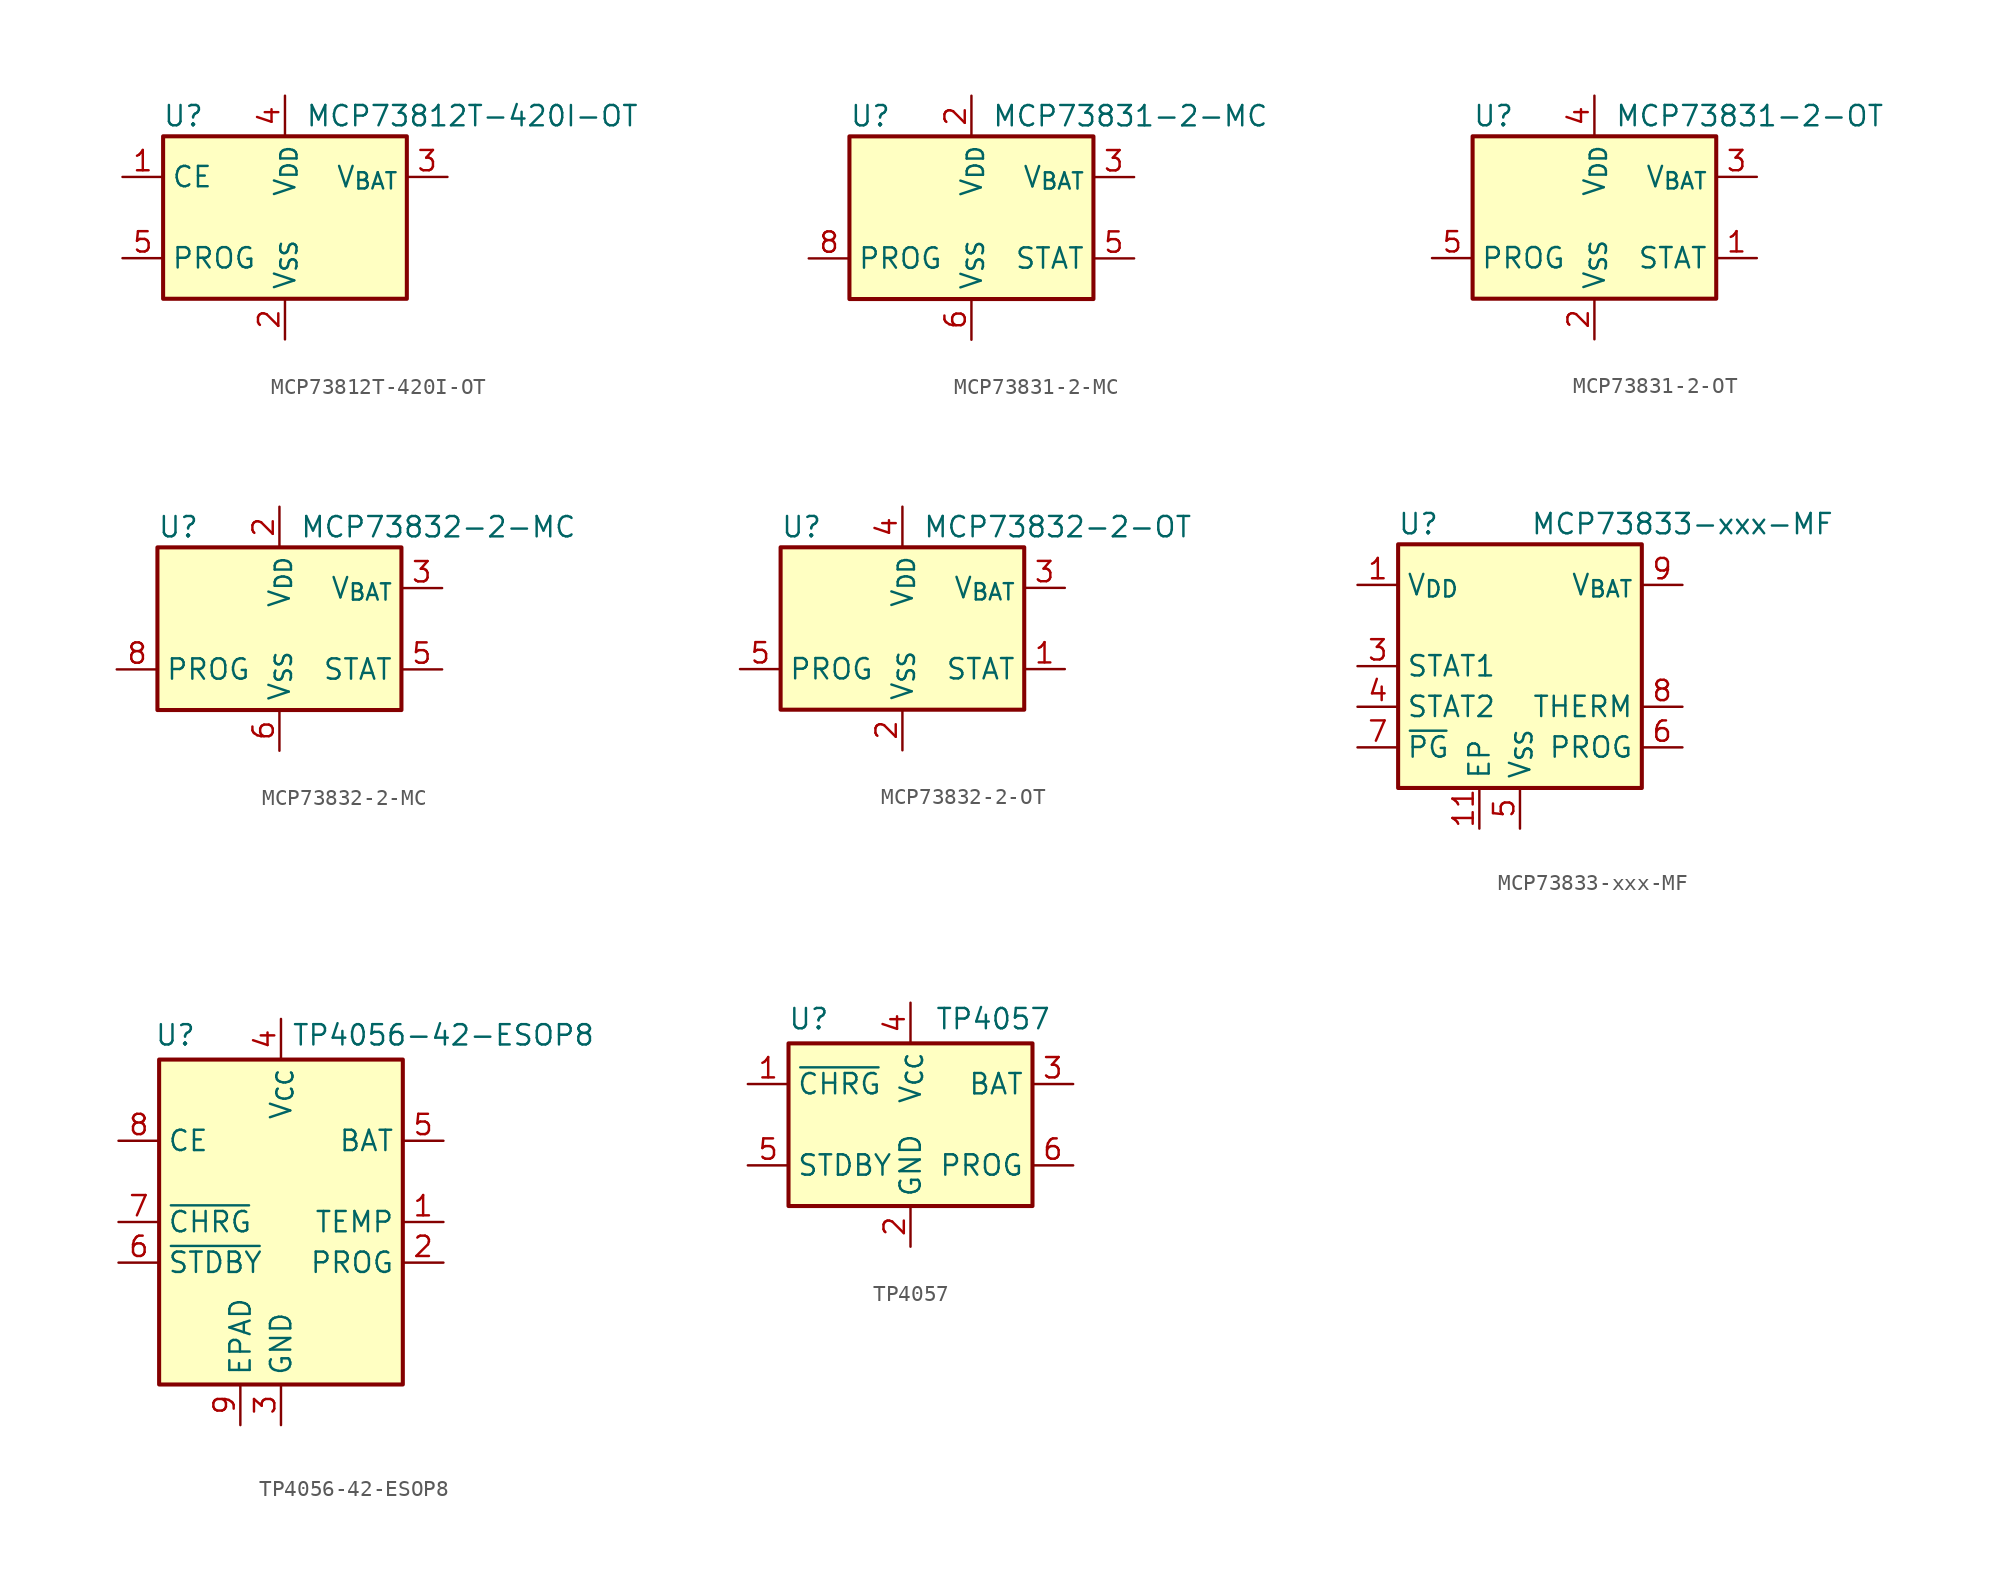
<source format=kicad_sym>
(kicad_symbol_lib
  (version 20241209)
  (generator "kicad_symbol_editor")
  (generator_version "9.0")
  (symbol "MCP73812T-420I-OT"
    (property "Reference" "U"
      (at -6.35 6.35 0)
      (effects (font (size 1.27 1.27))))
    (property "Value" "MCP73812T-420I-OT"
      (at 1.27 6.35 0)
      (effects (font (size 1.27 1.27)) (justify left)))
    (symbol "MCP73812T-420I-OT_0_1"
      (rectangle (start -7.62 5.08) (end 7.62 -5.08) (stroke (width 0.254) (type default)) (fill (type background))))
    (symbol "MCP73812T-420I-OT_1_1"
      (pin input line (at -10.16 2.54 0) (length 2.54) (name "CE" (effects (font (size 1.27 1.27)))) (number "1" (effects (font (size 1.27 1.27)))))
      (pin input line (at -10.16 -2.54 0) (length 2.54) (name "PROG" (effects (font (size 1.27 1.27)))) (number "5" (effects (font (size 1.27 1.27)))))
      (pin power_in line (at 0 7.62 270) (length 2.54) (name "V_{DD}" (effects (font (size 1.27 1.27)))) (number "4" (effects (font (size 1.27 1.27)))))
      (pin power_in line (at 0 -7.62 90) (length 2.54) (name "V_{SS}" (effects (font (size 1.27 1.27)))) (number "2" (effects (font (size 1.27 1.27)))))
      (pin power_out line (at 10.16 2.54 180) (length 2.54) (name "V_{BAT}" (effects (font (size 1.27 1.27)))) (number "3" (effects (font (size 1.27 1.27)))))))
  (symbol "MCP73831-2-MC"
    (property "Reference" "U"
      (at -7.62 6.35 0)
      (effects (font (size 1.27 1.27)) (justify left)))
    (property "Value" "MCP73831-2-MC"
      (at 1.27 6.35 0)
      (effects (font (size 1.27 1.27)) (justify left)))
    (symbol "MCP73831-2-MC_0_1"
      (rectangle (start -7.62 5.08) (end 7.62 -5.08) (stroke (width 0.254) (type default)) (fill (type background))))
    (symbol "MCP73831-2-MC_1_1"
      (pin input line (at -10.16 -2.54 0) (length 2.54) (name "PROG" (effects (font (size 1.27 1.27)))) (number "8" (effects (font (size 1.27 1.27)))))
      (pin no_connect line (at -7.62 2.54 0) (length 2.54) (hide yes) (name "NC" (effects (font (size 1.27 1.27)))) (number "7" (effects (font (size 1.27 1.27)))))
      (pin passive line (at 0 7.62 270) (length 2.54) (hide yes) (name "V_{DD}" (effects (font (size 1.27 1.27)))) (number "1" (effects (font (size 1.27 1.27)))))
      (pin power_in line (at 0 7.62 270) (length 2.54) (name "V_{DD}" (effects (font (size 1.27 1.27)))) (number "2" (effects (font (size 1.27 1.27)))))
      (pin power_in line (at 0 -7.62 90) (length 2.54) (name "V_{SS}" (effects (font (size 1.27 1.27)))) (number "6" (effects (font (size 1.27 1.27)))))
      (pin power_out line (at 10.16 2.54 180) (length 2.54) (name "V_{BAT}" (effects (font (size 1.27 1.27)))) (number "3" (effects (font (size 1.27 1.27)))))
      (pin passive line (at 10.16 2.54 180) (length 2.54) (hide yes) (name "V_{BAT}" (effects (font (size 1.27 1.27)))) (number "4" (effects (font (size 1.27 1.27)))))
      (pin tri_state line (at 10.16 -2.54 180) (length 2.54) (name "STAT" (effects (font (size 1.27 1.27)))) (number "5" (effects (font (size 1.27 1.27)))))))
  (symbol "MCP73831-2-OT"
    (property "Reference" "U"
      (at -7.62 6.35 0)
      (effects (font (size 1.27 1.27)) (justify left)))
    (property "Value" "MCP73831-2-OT"
      (at 1.27 6.35 0)
      (effects (font (size 1.27 1.27)) (justify left)))
    (symbol "MCP73831-2-OT_0_1"
      (rectangle (start -7.62 5.08) (end 7.62 -5.08) (stroke (width 0.254) (type default)) (fill (type background))))
    (symbol "MCP73831-2-OT_1_1"
      (pin input line (at -10.16 -2.54 0) (length 2.54) (name "PROG" (effects (font (size 1.27 1.27)))) (number "5" (effects (font (size 1.27 1.27)))))
      (pin power_in line (at 0 7.62 270) (length 2.54) (name "V_{DD}" (effects (font (size 1.27 1.27)))) (number "4" (effects (font (size 1.27 1.27)))))
      (pin power_in line (at 0 -7.62 90) (length 2.54) (name "V_{SS}" (effects (font (size 1.27 1.27)))) (number "2" (effects (font (size 1.27 1.27)))))
      (pin power_out line (at 10.16 2.54 180) (length 2.54) (name "V_{BAT}" (effects (font (size 1.27 1.27)))) (number "3" (effects (font (size 1.27 1.27)))))
      (pin tri_state line (at 10.16 -2.54 180) (length 2.54) (name "STAT" (effects (font (size 1.27 1.27)))) (number "1" (effects (font (size 1.27 1.27)))))))
  (symbol "MCP73832-2-MC"
    (property "Reference" "U"
      (at -7.62 6.35 0)
      (effects (font (size 1.27 1.27)) (justify left)))
    (property "Value" "MCP73832-2-MC"
      (at 1.27 6.35 0)
      (effects (font (size 1.27 1.27)) (justify left)))
    (symbol "MCP73832-2-MC_0_1"
      (rectangle (start -7.62 5.08) (end 7.62 -5.08) (stroke (width 0.254) (type default)) (fill (type background))))
    (symbol "MCP73832-2-MC_1_1"
      (pin input line (at -10.16 -2.54 0) (length 2.54) (name "PROG" (effects (font (size 1.27 1.27)))) (number "8" (effects (font (size 1.27 1.27)))))
      (pin no_connect line (at -7.62 2.54 0) (length 2.54) (hide yes) (name "NC" (effects (font (size 1.27 1.27)))) (number "7" (effects (font (size 1.27 1.27)))))
      (pin passive line (at 0 7.62 270) (length 2.54) (hide yes) (name "V_{DD}" (effects (font (size 1.27 1.27)))) (number "1" (effects (font (size 1.27 1.27)))))
      (pin power_in line (at 0 7.62 270) (length 2.54) (name "V_{DD}" (effects (font (size 1.27 1.27)))) (number "2" (effects (font (size 1.27 1.27)))))
      (pin power_in line (at 0 -7.62 90) (length 2.54) (name "V_{SS}" (effects (font (size 1.27 1.27)))) (number "6" (effects (font (size 1.27 1.27)))))
      (pin power_out line (at 10.16 2.54 180) (length 2.54) (name "V_{BAT}" (effects (font (size 1.27 1.27)))) (number "3" (effects (font (size 1.27 1.27)))))
      (pin passive line (at 10.16 2.54 180) (length 2.54) (hide yes) (name "V_{BAT}" (effects (font (size 1.27 1.27)))) (number "4" (effects (font (size 1.27 1.27)))))
      (pin open_collector line (at 10.16 -2.54 180) (length 2.54) (name "STAT" (effects (font (size 1.27 1.27)))) (number "5" (effects (font (size 1.27 1.27)))))))
  (symbol "MCP73832-2-OT"
    (property "Reference" "U"
      (at -7.62 6.35 0)
      (effects (font (size 1.27 1.27)) (justify left)))
    (property "Value" "MCP73832-2-OT"
      (at 1.27 6.35 0)
      (effects (font (size 1.27 1.27)) (justify left)))
    (symbol "MCP73832-2-OT_0_1"
      (rectangle (start -7.62 5.08) (end 7.62 -5.08) (stroke (width 0.254) (type default)) (fill (type background))))
    (symbol "MCP73832-2-OT_1_1"
      (pin input line (at -10.16 -2.54 0) (length 2.54) (name "PROG" (effects (font (size 1.27 1.27)))) (number "5" (effects (font (size 1.27 1.27)))))
      (pin power_in line (at 0 7.62 270) (length 2.54) (name "V_{DD}" (effects (font (size 1.27 1.27)))) (number "4" (effects (font (size 1.27 1.27)))))
      (pin power_in line (at 0 -7.62 90) (length 2.54) (name "V_{SS}" (effects (font (size 1.27 1.27)))) (number "2" (effects (font (size 1.27 1.27)))))
      (pin power_out line (at 10.16 2.54 180) (length 2.54) (name "V_{BAT}" (effects (font (size 1.27 1.27)))) (number "3" (effects (font (size 1.27 1.27)))))
      (pin open_collector line (at 10.16 -2.54 180) (length 2.54) (name "STAT" (effects (font (size 1.27 1.27)))) (number "1" (effects (font (size 1.27 1.27)))))))
  (symbol "MCP73833-xxx-MF"
    (property "Reference" "U"
      (at -6.35 8.89 0)
      (effects (font (size 1.27 1.27))))
    (property "Value" "MCP73833-xxx-MF"
      (at 10.16 8.89 0)
      (effects (font (size 1.27 1.27))))
    (symbol "MCP73833-xxx-MF_1_1"
      (rectangle (start -7.62 7.62) (end 7.62 -7.62) (stroke (width 0.254) (type default)) (fill (type background)))
      (pin power_in line (at -10.16 5.08 0) (length 2.54) (name "V_{DD}" (effects (font (size 1.27 1.27)))) (number "1" (effects (font (size 1.27 1.27)))))
      (pin passive line (at -10.16 5.08 0) (length 2.54) (hide yes) (name "V_{DD}" (effects (font (size 1.27 1.27)))) (number "2" (effects (font (size 1.27 1.27)))))
      (pin open_collector line (at -10.16 0 0) (length 2.54) (name "STAT1" (effects (font (size 1.27 1.27)))) (number "3" (effects (font (size 1.27 1.27)))))
      (pin open_collector line (at -10.16 -2.54 0) (length 2.54) (name "STAT2" (effects (font (size 1.27 1.27)))) (number "4" (effects (font (size 1.27 1.27)))))
      (pin open_collector line (at -10.16 -5.08 0) (length 2.54) (name "~{PG}" (effects (font (size 1.27 1.27)))) (number "7" (effects (font (size 1.27 1.27)))))
      (pin power_in line (at -2.54 -10.16 90) (length 2.54) (name "EP" (effects (font (size 1.27 1.27)))) (number "11" (effects (font (size 1.27 1.27)))))
      (pin power_in line (at 0 -10.16 90) (length 2.54) (name "V_{SS}" (effects (font (size 1.27 1.27)))) (number "5" (effects (font (size 1.27 1.27)))))
      (pin passive line (at 10.16 5.08 180) (length 2.54) (hide yes) (name "V_{BAT}" (effects (font (size 1.27 1.27)))) (number "10" (effects (font (size 1.27 1.27)))))
      (pin power_out line (at 10.16 5.08 180) (length 2.54) (name "V_{BAT}" (effects (font (size 1.27 1.27)))) (number "9" (effects (font (size 1.27 1.27)))))
      (pin passive line (at 10.16 -2.54 180) (length 2.54) (name "THERM" (effects (font (size 1.27 1.27)))) (number "8" (effects (font (size 1.27 1.27)))))
      (pin input line (at 10.16 -5.08 180) (length 2.54) (name "PROG" (effects (font (size 1.27 1.27)))) (number "6" (effects (font (size 1.27 1.27)))))))
  (symbol "TP4056-42-ESOP8"
    (property "Reference" "U"
      (at -6.604 11.684 0)
      (effects (font (size 1.27 1.27))))
    (property "Value" "TP4056-42-ESOP8"
      (at 10.16 11.684 0)
      (effects (font (size 1.27 1.27))))
    (symbol "TP4056-42-ESOP8_1_0"
      (pin input line (at -10.16 5.08 0) (length 2.54) (name "CE" (effects (font (size 1.27 1.27)))) (number "8" (effects (font (size 1.27 1.27)))))
      (pin open_collector line (at -10.16 0 0) (length 2.54) (name "~{CHRG}" (effects (font (size 1.27 1.27)))) (number "7" (effects (font (size 1.27 1.27)))))
      (pin open_collector line (at -10.16 -2.54 0) (length 2.54) (name "~{STDBY}" (effects (font (size 1.27 1.27)))) (number "6" (effects (font (size 1.27 1.27)))))
      (pin passive line (at -2.54 -12.7 90) (length 2.54) (name "EPAD" (effects (font (size 1.27 1.27)))) (number "9" (effects (font (size 1.27 1.27)))))
      (pin power_in line (at 0 12.7 270) (length 2.54) (name "V_{CC}" (effects (font (size 1.27 1.27)))) (number "4" (effects (font (size 1.27 1.27)))))
      (pin power_in line (at 0 -12.7 90) (length 2.54) (name "GND" (effects (font (size 1.27 1.27)))) (number "3" (effects (font (size 1.27 1.27)))))
      (pin power_out line (at 10.16 5.08 180) (length 2.54) (name "BAT" (effects (font (size 1.27 1.27)))) (number "5" (effects (font (size 1.27 1.27)))))
      (pin input line (at 10.16 0 180) (length 2.54) (name "TEMP" (effects (font (size 1.27 1.27)))) (number "1" (effects (font (size 1.27 1.27)))))
      (pin passive line (at 10.16 -2.54 180) (length 2.54) (name "PROG" (effects (font (size 1.27 1.27)))) (number "2" (effects (font (size 1.27 1.27))))))
    (symbol "TP4056-42-ESOP8_1_1"
      (rectangle (start -7.62 10.16) (end 7.62 -10.16) (stroke (width 0.254) (type default)) (fill (type background)))))
  (symbol "TP4057"
    (property "Reference" "U"
      (at -6.35 6.604 0)
      (effects (font (size 1.27 1.27))))
    (property "Value" "TP4057"
      (at 1.524 6.604 0)
      (effects (font (size 1.27 1.27)) (justify left)))
    (symbol "TP4057_0_1"
      (rectangle (start -7.62 5.08) (end 7.62 -5.08) (stroke (width 0.254) (type default)) (fill (type background))))
    (symbol "TP4057_1_1"
      (pin open_collector line (at -10.16 2.54 0) (length 2.54) (name "~{CHRG}" (effects (font (size 1.27 1.27)))) (number "1" (effects (font (size 1.27 1.27)))))
      (pin open_collector line (at -10.16 -2.54 0) (length 2.54) (name "STDBY" (effects (font (size 1.27 1.27)))) (number "5" (effects (font (size 1.27 1.27)))))
      (pin power_in line (at 0 7.62 270) (length 2.54) (name "V_{CC}" (effects (font (size 1.27 1.27)))) (number "4" (effects (font (size 1.27 1.27)))))
      (pin power_in line (at 0 -7.62 90) (length 2.54) (name "GND" (effects (font (size 1.27 1.27)))) (number "2" (effects (font (size 1.27 1.27)))))
      (pin power_out line (at 10.16 2.54 180) (length 2.54) (name "BAT" (effects (font (size 1.27 1.27)))) (number "3" (effects (font (size 1.27 1.27)))))
      (pin passive line (at 10.16 -2.54 180) (length 2.54) (name "PROG" (effects (font (size 1.27 1.27)))) (number "6" (effects (font (size 1.27 1.27))))))))
</source>
